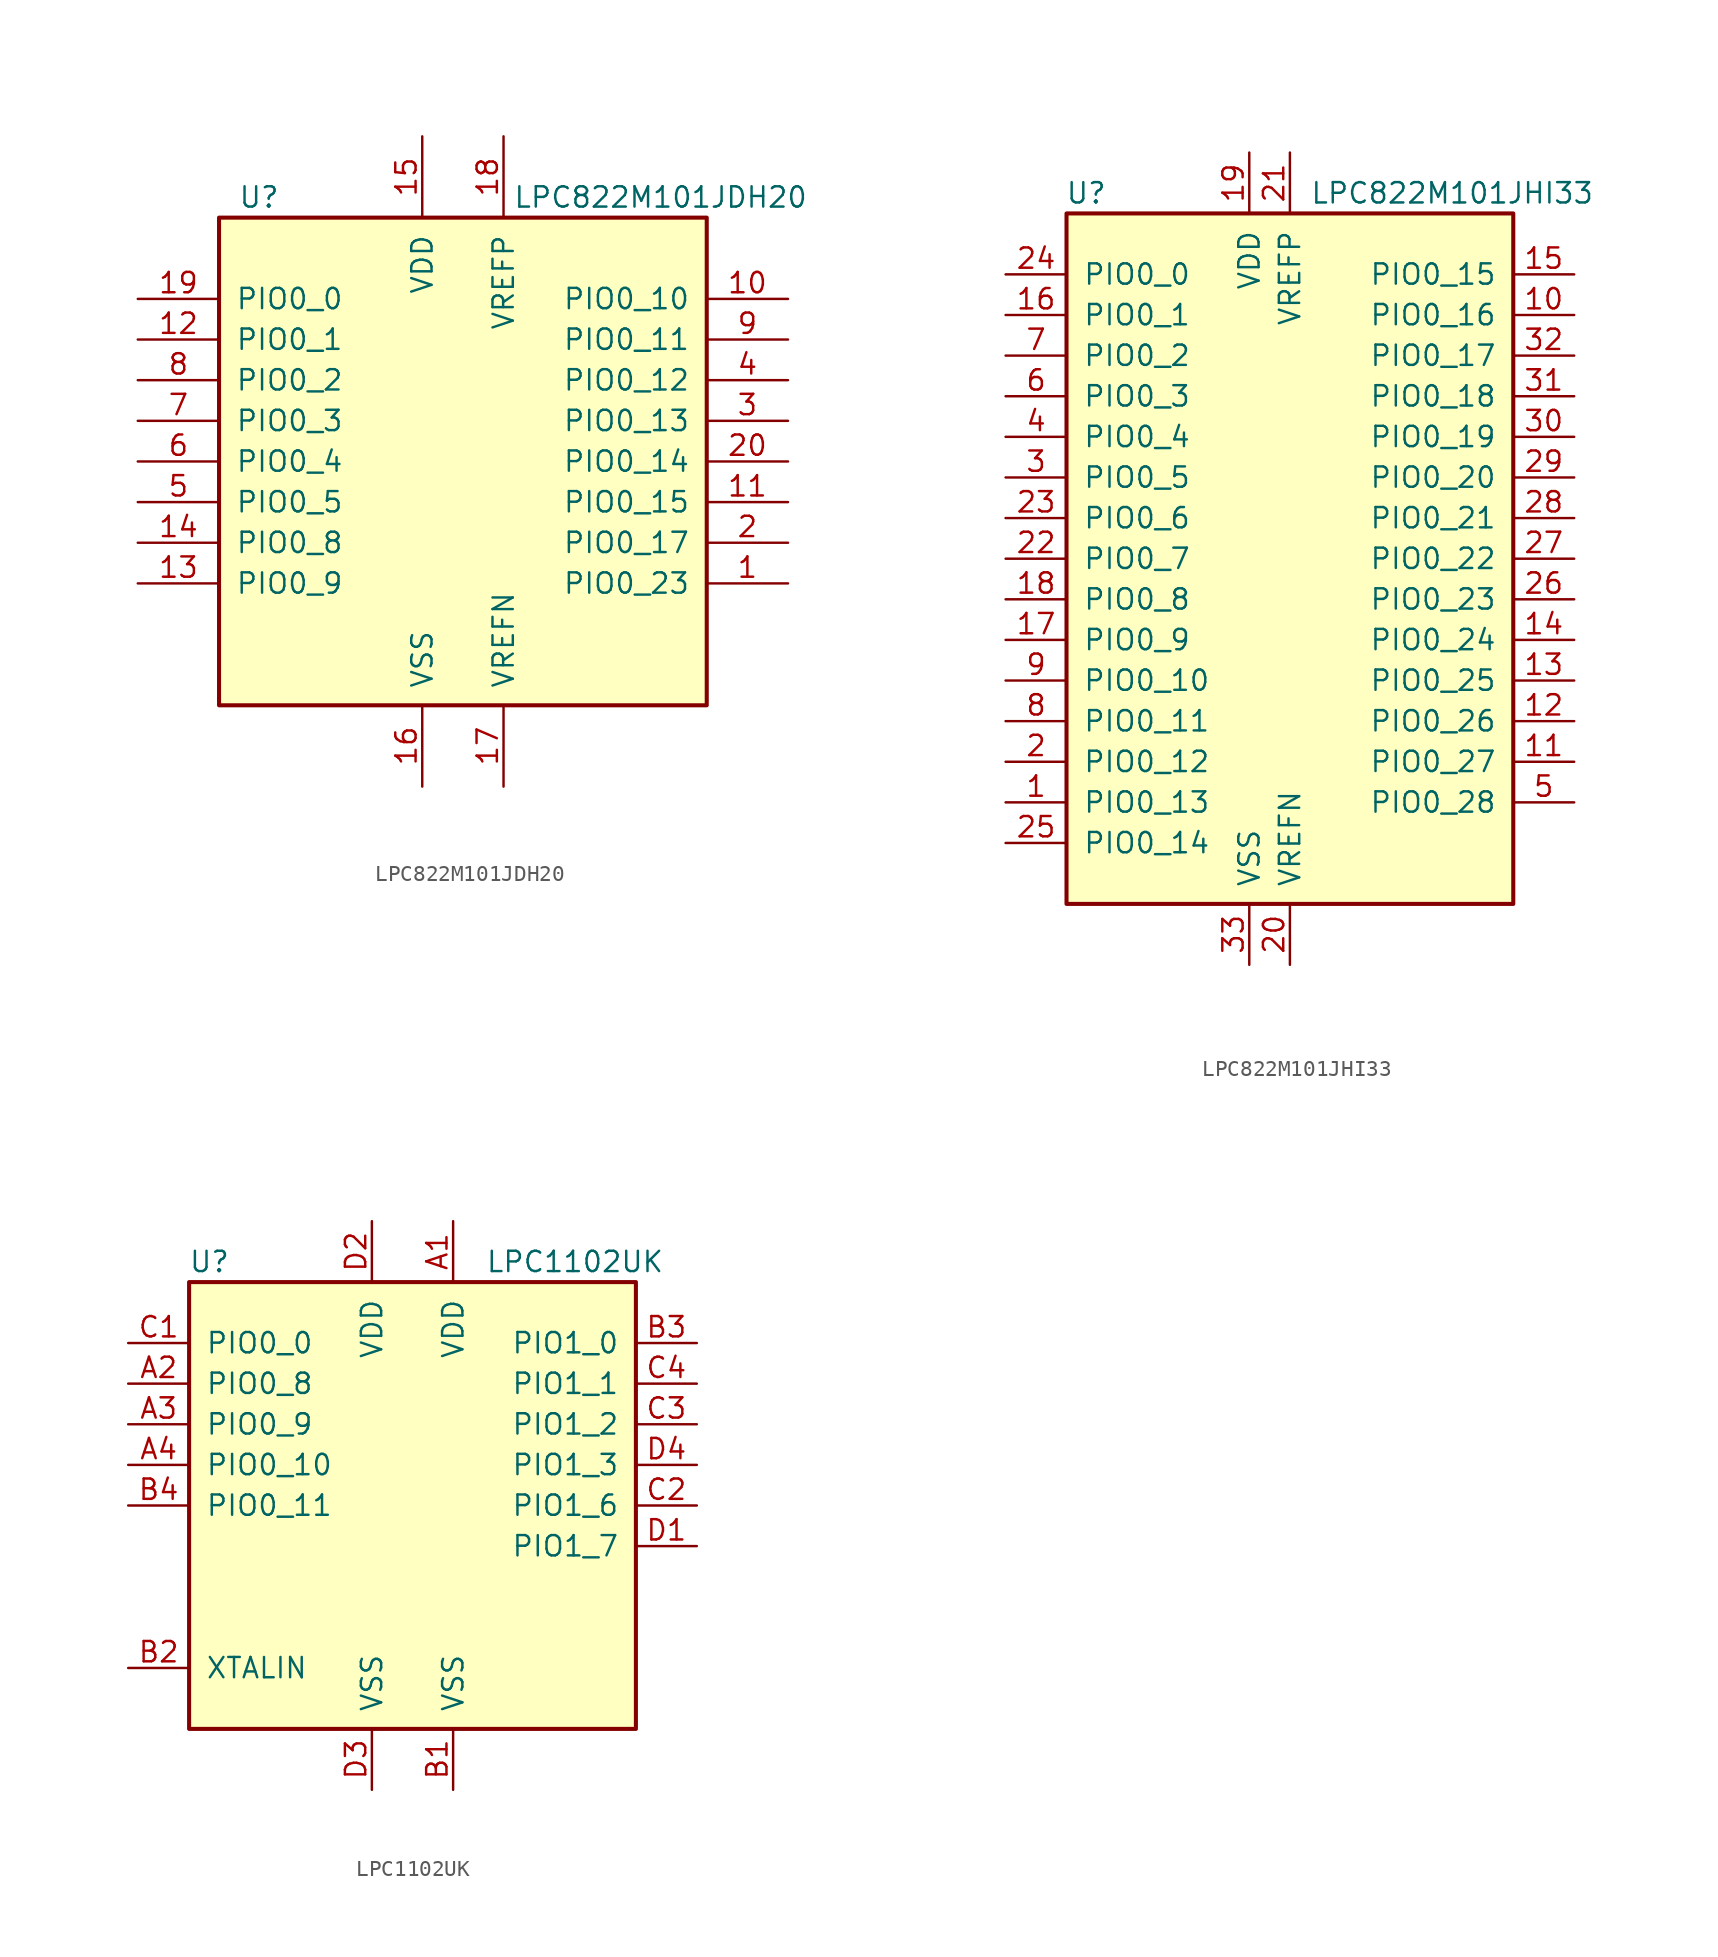
<source format=kicad_sym>
(kicad_symbol_lib
  (version 20220914)
  (generator kicad_symbol_editor)
  (symbol "LPC822M101JDH20"
    (pin_names
      (offset 1.016))
    (property "Reference" "U"
      (at -11.43 16.51 0)
      (effects (font (size 1.27 1.27)) (justify right)))
    (property "Value" "LPC822M101JDH20"
      (at 21.59 16.51 0)
      (effects (font (size 1.27 1.27)) (justify right)))
    (symbol "LPC822M101JDH20_0_1"
      (rectangle (start -15.24 15.24) (end 15.24 -15.24) (stroke (width 0.254) (type default)) (fill (type background))))
    (symbol "LPC822M101JDH20_1_1"
      (pin bidirectional line (at 20.32 -7.62 180) (length 5.08) (name "PIO0_23" (effects (font (size 1.27 1.27)))) (number "1" (effects (font (size 1.27 1.27)))))
      (pin bidirectional line (at 20.32 10.16 180) (length 5.08) (name "PIO0_10" (effects (font (size 1.27 1.27)))) (number "10" (effects (font (size 1.27 1.27)))))
      (pin bidirectional line (at 20.32 -2.54 180) (length 5.08) (name "PIO0_15" (effects (font (size 1.27 1.27)))) (number "11" (effects (font (size 1.27 1.27)))))
      (pin bidirectional line (at -20.32 7.62 0) (length 5.08) (name "PIO0_1" (effects (font (size 1.27 1.27)))) (number "12" (effects (font (size 1.27 1.27)))))
      (pin bidirectional line (at -20.32 -7.62 0) (length 5.08) (name "PIO0_9" (effects (font (size 1.27 1.27)))) (number "13" (effects (font (size 1.27 1.27)))))
      (pin bidirectional line (at -20.32 -5.08 0) (length 5.08) (name "PIO0_8" (effects (font (size 1.27 1.27)))) (number "14" (effects (font (size 1.27 1.27)))))
      (pin power_in line (at -2.54 20.32 270) (length 5.08) (name "VDD" (effects (font (size 1.27 1.27)))) (number "15" (effects (font (size 1.27 1.27)))))
      (pin power_in line (at -2.54 -20.32 90) (length 5.08) (name "VSS" (effects (font (size 1.27 1.27)))) (number "16" (effects (font (size 1.27 1.27)))))
      (pin power_in line (at 2.54 -20.32 90) (length 5.08) (name "VREFN" (effects (font (size 1.27 1.27)))) (number "17" (effects (font (size 1.27 1.27)))))
      (pin power_in line (at 2.54 20.32 270) (length 5.08) (name "VREFP" (effects (font (size 1.27 1.27)))) (number "18" (effects (font (size 1.27 1.27)))))
      (pin bidirectional line (at -20.32 10.16 0) (length 5.08) (name "PIO0_0" (effects (font (size 1.27 1.27)))) (number "19" (effects (font (size 1.27 1.27)))))
      (pin bidirectional line (at 20.32 -5.08 180) (length 5.08) (name "PIO0_17" (effects (font (size 1.27 1.27)))) (number "2" (effects (font (size 1.27 1.27)))))
      (pin bidirectional line (at 20.32 0 180) (length 5.08) (name "PIO0_14" (effects (font (size 1.27 1.27)))) (number "20" (effects (font (size 1.27 1.27)))))
      (pin bidirectional line (at 20.32 2.54 180) (length 5.08) (name "PIO0_13" (effects (font (size 1.27 1.27)))) (number "3" (effects (font (size 1.27 1.27)))))
      (pin bidirectional line (at 20.32 5.08 180) (length 5.08) (name "PIO0_12" (effects (font (size 1.27 1.27)))) (number "4" (effects (font (size 1.27 1.27)))))
      (pin bidirectional line (at -20.32 -2.54 0) (length 5.08) (name "PIO0_5" (effects (font (size 1.27 1.27)))) (number "5" (effects (font (size 1.27 1.27)))))
      (pin bidirectional line (at -20.32 0 0) (length 5.08) (name "PIO0_4" (effects (font (size 1.27 1.27)))) (number "6" (effects (font (size 1.27 1.27)))))
      (pin bidirectional line (at -20.32 2.54 0) (length 5.08) (name "PIO0_3" (effects (font (size 1.27 1.27)))) (number "7" (effects (font (size 1.27 1.27)))))
      (pin bidirectional line (at -20.32 5.08 0) (length 5.08) (name "PIO0_2" (effects (font (size 1.27 1.27)))) (number "8" (effects (font (size 1.27 1.27)))))
      (pin bidirectional line (at 20.32 7.62 180) (length 5.08) (name "PIO0_11" (effects (font (size 1.27 1.27)))) (number "9" (effects (font (size 1.27 1.27)))))))
  (symbol "LPC822M101JHI33"
    (pin_names
      (offset 1.016))
    (property "Reference" "U"
      (at -11.43 22.86 0)
      (effects (font (size 1.27 1.27)) (justify right)))
    (property "Value" "LPC822M101JHI33"
      (at 19.05 22.86 0)
      (effects (font (size 1.27 1.27)) (justify right)))
    (symbol "LPC822M101JHI33_0_1"
      (rectangle (start -13.97 21.59) (end 13.97 -21.59) (stroke (width 0.254) (type default)) (fill (type background))))
    (symbol "LPC822M101JHI33_1_1"
      (pin bidirectional line (at -17.78 -15.24 0) (length 3.81) (name "PIO0_13" (effects (font (size 1.27 1.27)))) (number "1" (effects (font (size 1.27 1.27)))))
      (pin bidirectional line (at 17.78 15.24 180) (length 3.81) (name "PIO0_16" (effects (font (size 1.27 1.27)))) (number "10" (effects (font (size 1.27 1.27)))))
      (pin bidirectional line (at 17.78 -12.7 180) (length 3.81) (name "PIO0_27" (effects (font (size 1.27 1.27)))) (number "11" (effects (font (size 1.27 1.27)))))
      (pin bidirectional line (at 17.78 -10.16 180) (length 3.81) (name "PIO0_26" (effects (font (size 1.27 1.27)))) (number "12" (effects (font (size 1.27 1.27)))))
      (pin bidirectional line (at 17.78 -7.62 180) (length 3.81) (name "PIO0_25" (effects (font (size 1.27 1.27)))) (number "13" (effects (font (size 1.27 1.27)))))
      (pin bidirectional line (at 17.78 -5.08 180) (length 3.81) (name "PIO0_24" (effects (font (size 1.27 1.27)))) (number "14" (effects (font (size 1.27 1.27)))))
      (pin bidirectional line (at 17.78 17.78 180) (length 3.81) (name "PIO0_15" (effects (font (size 1.27 1.27)))) (number "15" (effects (font (size 1.27 1.27)))))
      (pin bidirectional line (at -17.78 15.24 0) (length 3.81) (name "PIO0_1" (effects (font (size 1.27 1.27)))) (number "16" (effects (font (size 1.27 1.27)))))
      (pin bidirectional line (at -17.78 -5.08 0) (length 3.81) (name "PIO0_9" (effects (font (size 1.27 1.27)))) (number "17" (effects (font (size 1.27 1.27)))))
      (pin bidirectional line (at -17.78 -2.54 0) (length 3.81) (name "PIO0_8" (effects (font (size 1.27 1.27)))) (number "18" (effects (font (size 1.27 1.27)))))
      (pin power_in line (at -2.54 25.4 270) (length 3.81) (name "VDD" (effects (font (size 1.27 1.27)))) (number "19" (effects (font (size 1.27 1.27)))))
      (pin bidirectional line (at -17.78 -12.7 0) (length 3.81) (name "PIO0_12" (effects (font (size 1.27 1.27)))) (number "2" (effects (font (size 1.27 1.27)))))
      (pin power_in line (at 0 -25.4 90) (length 3.81) (name "VREFN" (effects (font (size 1.27 1.27)))) (number "20" (effects (font (size 1.27 1.27)))))
      (pin power_in line (at 0 25.4 270) (length 3.81) (name "VREFP" (effects (font (size 1.27 1.27)))) (number "21" (effects (font (size 1.27 1.27)))))
      (pin bidirectional line (at -17.78 0 0) (length 3.81) (name "PIO0_7" (effects (font (size 1.27 1.27)))) (number "22" (effects (font (size 1.27 1.27)))))
      (pin bidirectional line (at -17.78 2.54 0) (length 3.81) (name "PIO0_6" (effects (font (size 1.27 1.27)))) (number "23" (effects (font (size 1.27 1.27)))))
      (pin bidirectional line (at -17.78 17.78 0) (length 3.81) (name "PIO0_0" (effects (font (size 1.27 1.27)))) (number "24" (effects (font (size 1.27 1.27)))))
      (pin bidirectional line (at -17.78 -17.78 0) (length 3.81) (name "PIO0_14" (effects (font (size 1.27 1.27)))) (number "25" (effects (font (size 1.27 1.27)))))
      (pin bidirectional line (at 17.78 -2.54 180) (length 3.81) (name "PIO0_23" (effects (font (size 1.27 1.27)))) (number "26" (effects (font (size 1.27 1.27)))))
      (pin bidirectional line (at 17.78 0 180) (length 3.81) (name "PIO0_22" (effects (font (size 1.27 1.27)))) (number "27" (effects (font (size 1.27 1.27)))))
      (pin bidirectional line (at 17.78 2.54 180) (length 3.81) (name "PIO0_21" (effects (font (size 1.27 1.27)))) (number "28" (effects (font (size 1.27 1.27)))))
      (pin bidirectional line (at 17.78 5.08 180) (length 3.81) (name "PIO0_20" (effects (font (size 1.27 1.27)))) (number "29" (effects (font (size 1.27 1.27)))))
      (pin bidirectional line (at -17.78 5.08 0) (length 3.81) (name "PIO0_5" (effects (font (size 1.27 1.27)))) (number "3" (effects (font (size 1.27 1.27)))))
      (pin bidirectional line (at 17.78 7.62 180) (length 3.81) (name "PIO0_19" (effects (font (size 1.27 1.27)))) (number "30" (effects (font (size 1.27 1.27)))))
      (pin bidirectional line (at 17.78 10.16 180) (length 3.81) (name "PIO0_18" (effects (font (size 1.27 1.27)))) (number "31" (effects (font (size 1.27 1.27)))))
      (pin bidirectional line (at 17.78 12.7 180) (length 3.81) (name "PIO0_17" (effects (font (size 1.27 1.27)))) (number "32" (effects (font (size 1.27 1.27)))))
      (pin power_in line (at -2.54 -25.4 90) (length 3.81) (name "VSS" (effects (font (size 1.27 1.27)))) (number "33" (effects (font (size 1.27 1.27)))))
      (pin bidirectional line (at -17.78 7.62 0) (length 3.81) (name "PIO0_4" (effects (font (size 1.27 1.27)))) (number "4" (effects (font (size 1.27 1.27)))))
      (pin bidirectional line (at 17.78 -15.24 180) (length 3.81) (name "PIO0_28" (effects (font (size 1.27 1.27)))) (number "5" (effects (font (size 1.27 1.27)))))
      (pin bidirectional line (at -17.78 10.16 0) (length 3.81) (name "PIO0_3" (effects (font (size 1.27 1.27)))) (number "6" (effects (font (size 1.27 1.27)))))
      (pin bidirectional line (at -17.78 12.7 0) (length 3.81) (name "PIO0_2" (effects (font (size 1.27 1.27)))) (number "7" (effects (font (size 1.27 1.27)))))
      (pin bidirectional line (at -17.78 -10.16 0) (length 3.81) (name "PIO0_11" (effects (font (size 1.27 1.27)))) (number "8" (effects (font (size 1.27 1.27)))))
      (pin bidirectional line (at -17.78 -7.62 0) (length 3.81) (name "PIO0_10" (effects (font (size 1.27 1.27)))) (number "9" (effects (font (size 1.27 1.27)))))))
  (symbol "LPC1102UK"
    (pin_names
      (offset 1.016))
    (property "Reference" "U"
      (at -12.7 15.24 0)
      (effects (font (size 1.27 1.27))))
    (property "Value" "LPC1102UK"
      (at 10.16 15.24 0)
      (effects (font (size 1.27 1.27))))
    (symbol "LPC1102UK_0_1"
      (rectangle (start -13.97 13.97) (end 13.97 -13.97) (stroke (width 0.254) (type default)) (fill (type background))))
    (symbol "LPC1102UK_1_1"
      (pin power_in line (at 2.54 17.78 270) (length 3.81) (name "VDD" (effects (font (size 1.27 1.27)))) (number "A1" (effects (font (size 1.27 1.27)))))
      (pin bidirectional line (at -17.78 7.62 0) (length 3.81) (name "PIO0_8" (effects (font (size 1.27 1.27)))) (number "A2" (effects (font (size 1.27 1.27)))))
      (pin bidirectional line (at -17.78 5.08 0) (length 3.81) (name "PIO0_9" (effects (font (size 1.27 1.27)))) (number "A3" (effects (font (size 1.27 1.27)))))
      (pin bidirectional line (at -17.78 2.54 0) (length 3.81) (name "PIO0_10" (effects (font (size 1.27 1.27)))) (number "A4" (effects (font (size 1.27 1.27)))))
      (pin power_in line (at 2.54 -17.78 90) (length 3.81) (name "VSS" (effects (font (size 1.27 1.27)))) (number "B1" (effects (font (size 1.27 1.27)))))
      (pin input line (at -17.78 -10.16 0) (length 3.81) (name "XTALIN" (effects (font (size 1.27 1.27)))) (number "B2" (effects (font (size 1.27 1.27)))))
      (pin bidirectional line (at 17.78 10.16 180) (length 3.81) (name "PIO1_0" (effects (font (size 1.27 1.27)))) (number "B3" (effects (font (size 1.27 1.27)))))
      (pin bidirectional line (at -17.78 0 0) (length 3.81) (name "PIO0_11" (effects (font (size 1.27 1.27)))) (number "B4" (effects (font (size 1.27 1.27)))))
      (pin bidirectional line (at -17.78 10.16 0) (length 3.81) (name "PIO0_0" (effects (font (size 1.27 1.27)))) (number "C1" (effects (font (size 1.27 1.27)))))
      (pin bidirectional line (at 17.78 0 180) (length 3.81) (name "PIO1_6" (effects (font (size 1.27 1.27)))) (number "C2" (effects (font (size 1.27 1.27)))))
      (pin bidirectional line (at 17.78 5.08 180) (length 3.81) (name "PIO1_2" (effects (font (size 1.27 1.27)))) (number "C3" (effects (font (size 1.27 1.27)))))
      (pin bidirectional line (at 17.78 7.62 180) (length 3.81) (name "PIO1_1" (effects (font (size 1.27 1.27)))) (number "C4" (effects (font (size 1.27 1.27)))))
      (pin bidirectional line (at 17.78 -2.54 180) (length 3.81) (name "PIO1_7" (effects (font (size 1.27 1.27)))) (number "D1" (effects (font (size 1.27 1.27)))))
      (pin power_in line (at -2.54 17.78 270) (length 3.81) (name "VDD" (effects (font (size 1.27 1.27)))) (number "D2" (effects (font (size 1.27 1.27)))))
      (pin power_in line (at -2.54 -17.78 90) (length 3.81) (name "VSS" (effects (font (size 1.27 1.27)))) (number "D3" (effects (font (size 1.27 1.27)))))
      (pin bidirectional line (at 17.78 2.54 180) (length 3.81) (name "PIO1_3" (effects (font (size 1.27 1.27)))) (number "D4" (effects (font (size 1.27 1.27))))))))
</source>
